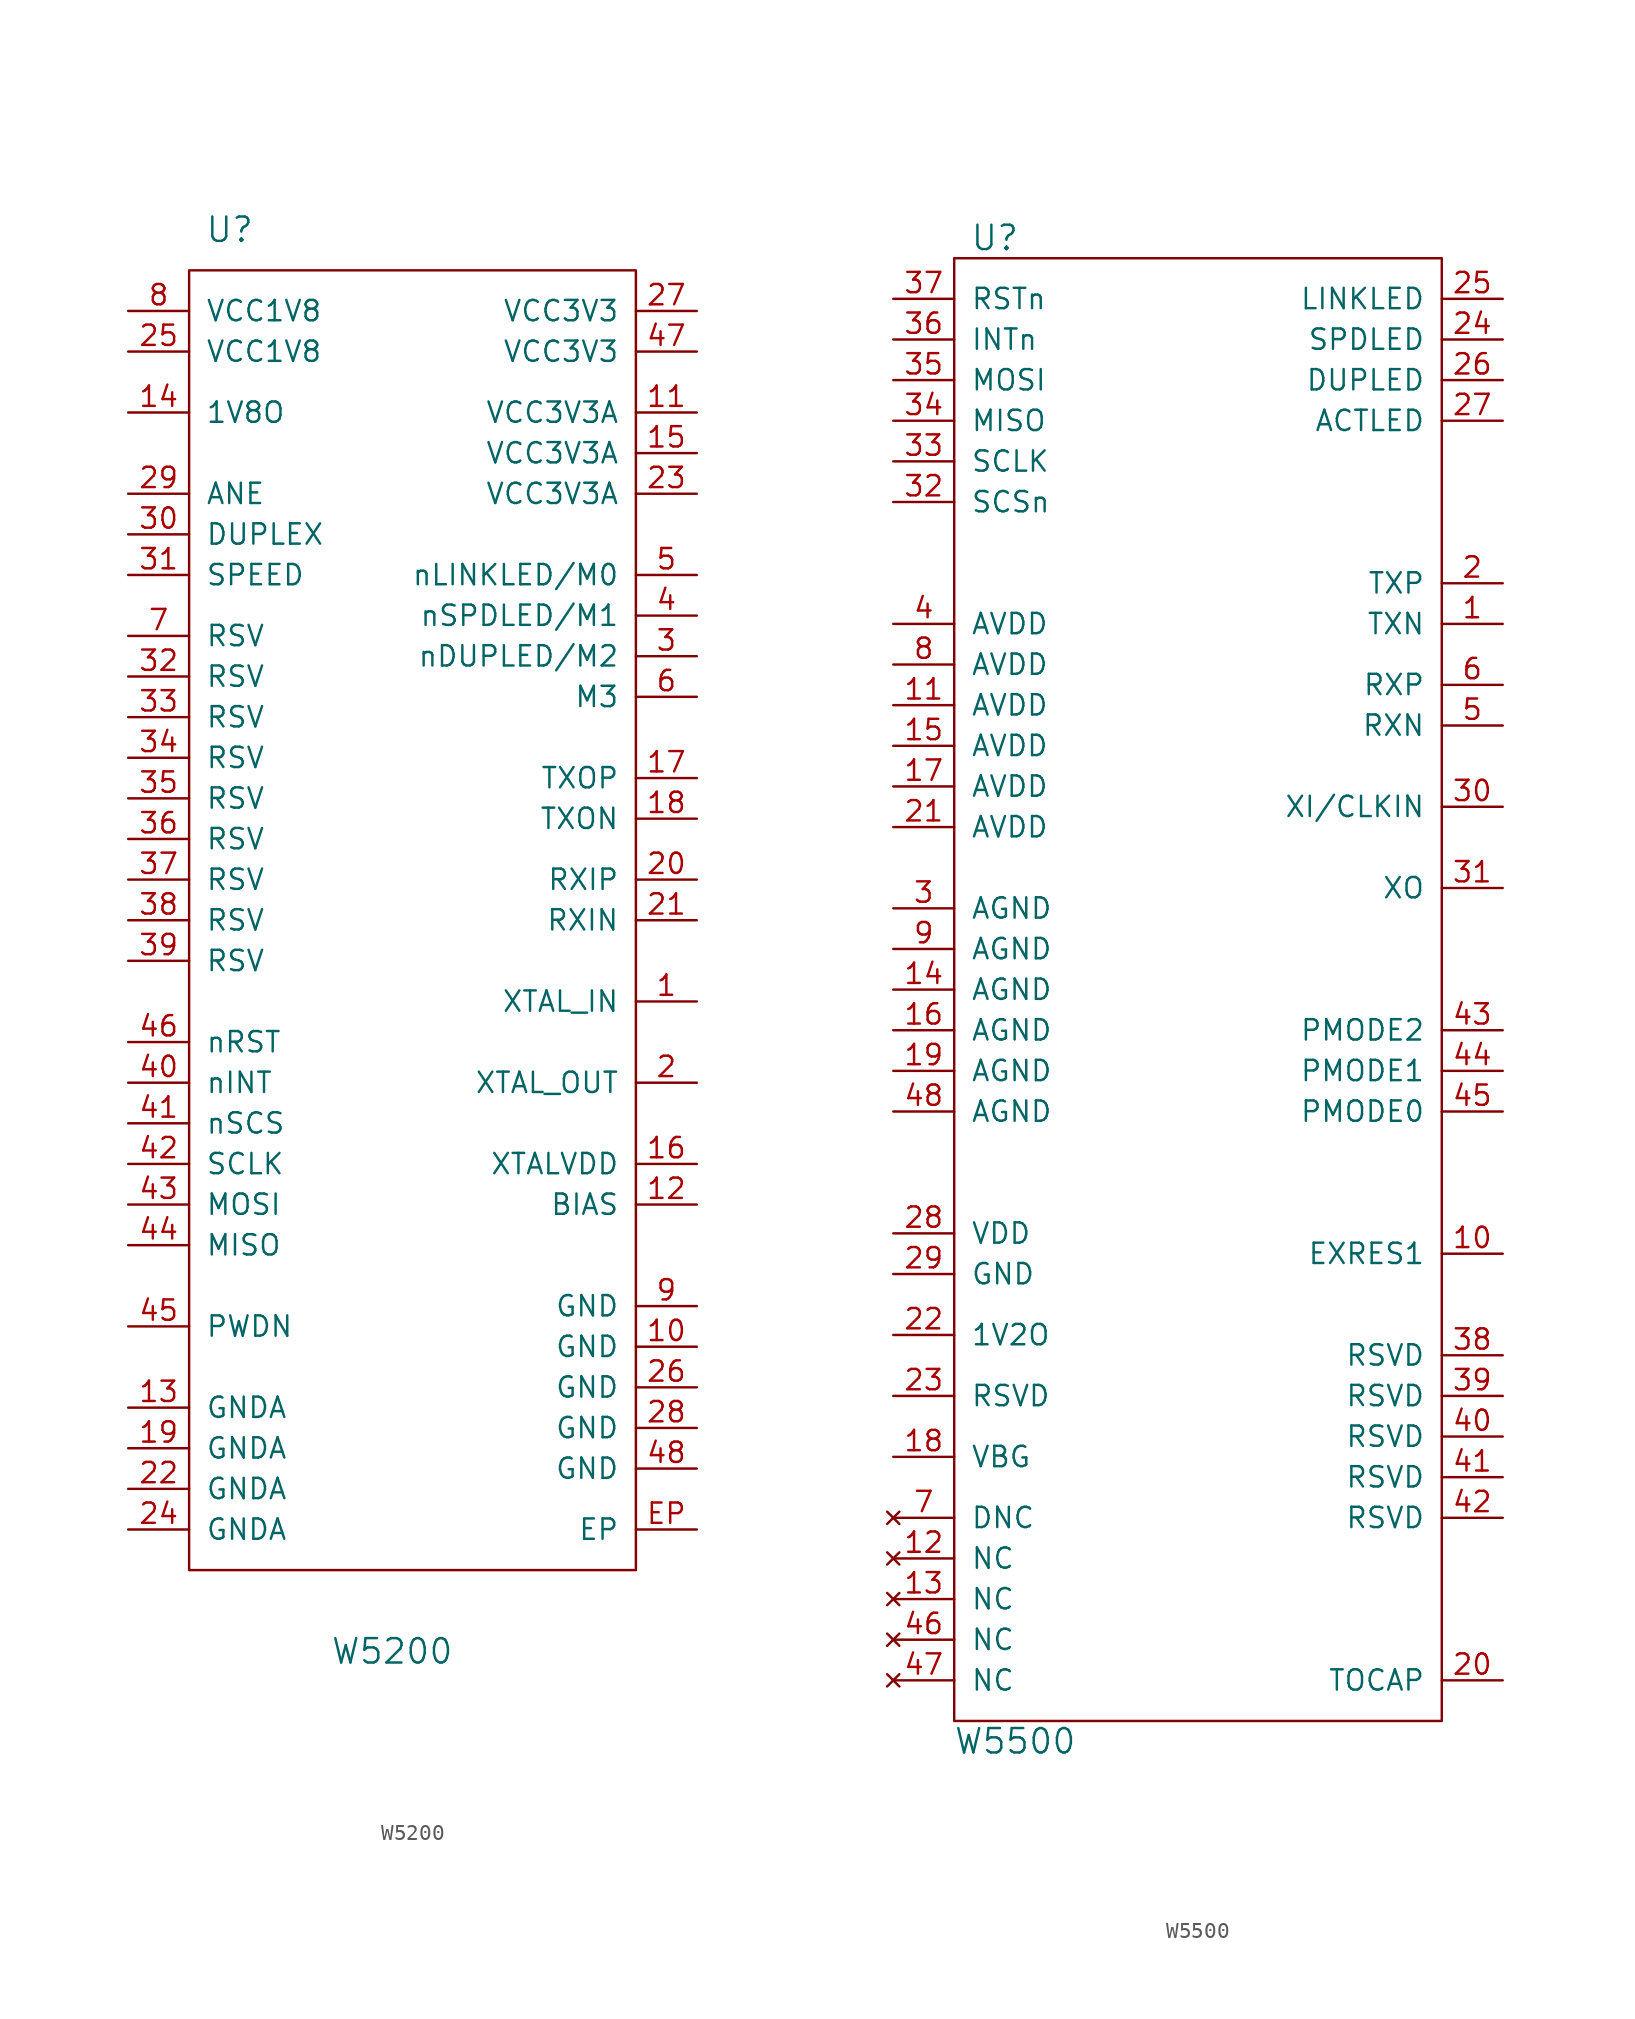
<source format=kicad_sym>
(kicad_symbol_lib
  (version 20211014)
  (generator kicad_symbol_editor)
  (symbol "W5200"
    (pin_names
      (offset 1.016))
    (property "Reference" "U"
      (at -11.43 43.18 0)
      (effects (font (size 1.524 1.524))))
    (property "Value" "W5200"
      (at -1.27 -45.72 0)
      (effects (font (size 1.524 1.524))))
    (property "Footprint" ""
      (at 0 0 0)
      (effects (font (size 1.524 1.524))))
    (property "Datasheet" ""
      (at 0 0 0)
      (effects (font (size 1.524 1.524))))
    (symbol "W5200_0_1"
      (rectangle (start -13.97 40.64) (end 13.97 -40.64) (stroke (width 0) (type default) (color 0 0 0 0)) (fill (type none))))
    (symbol "W5200_1_1"
      (pin passive line (at 17.78 -5.08 180) (length 3.81) (name "XTAL_IN" (effects (font (size 1.27 1.27)))) (number "1" (effects (font (size 1.27 1.27)))))
      (pin passive line (at 17.78 -26.67 180) (length 3.81) (name "GND" (effects (font (size 1.27 1.27)))) (number "10" (effects (font (size 1.27 1.27)))))
      (pin passive line (at 17.78 31.75 180) (length 3.81) (name "VCC3V3A" (effects (font (size 1.27 1.27)))) (number "11" (effects (font (size 1.27 1.27)))))
      (pin passive line (at 17.78 -17.78 180) (length 3.81) (name "BIAS" (effects (font (size 1.27 1.27)))) (number "12" (effects (font (size 1.27 1.27)))))
      (pin passive line (at -17.78 -30.48 0) (length 3.81) (name "GNDA" (effects (font (size 1.27 1.27)))) (number "13" (effects (font (size 1.27 1.27)))))
      (pin passive line (at -17.78 31.75 0) (length 3.81) (name "1V8O" (effects (font (size 1.27 1.27)))) (number "14" (effects (font (size 1.27 1.27)))))
      (pin passive line (at 17.78 29.21 180) (length 3.81) (name "VCC3V3A" (effects (font (size 1.27 1.27)))) (number "15" (effects (font (size 1.27 1.27)))))
      (pin passive line (at 17.78 -15.24 180) (length 3.81) (name "XTALVDD" (effects (font (size 1.27 1.27)))) (number "16" (effects (font (size 1.27 1.27)))))
      (pin passive line (at 17.78 8.89 180) (length 3.81) (name "TXOP" (effects (font (size 1.27 1.27)))) (number "17" (effects (font (size 1.27 1.27)))))
      (pin passive line (at 17.78 6.35 180) (length 3.81) (name "TXON" (effects (font (size 1.27 1.27)))) (number "18" (effects (font (size 1.27 1.27)))))
      (pin passive line (at -17.78 -33.02 0) (length 3.81) (name "GNDA" (effects (font (size 1.27 1.27)))) (number "19" (effects (font (size 1.27 1.27)))))
      (pin passive line (at 17.78 -10.16 180) (length 3.81) (name "XTAL_OUT" (effects (font (size 1.27 1.27)))) (number "2" (effects (font (size 1.27 1.27)))))
      (pin passive line (at 17.78 2.54 180) (length 3.81) (name "RXIP" (effects (font (size 1.27 1.27)))) (number "20" (effects (font (size 1.27 1.27)))))
      (pin passive line (at 17.78 0 180) (length 3.81) (name "RXIN" (effects (font (size 1.27 1.27)))) (number "21" (effects (font (size 1.27 1.27)))))
      (pin passive line (at -17.78 -35.56 0) (length 3.81) (name "GNDA" (effects (font (size 1.27 1.27)))) (number "22" (effects (font (size 1.27 1.27)))))
      (pin passive line (at 17.78 26.67 180) (length 3.81) (name "VCC3V3A" (effects (font (size 1.27 1.27)))) (number "23" (effects (font (size 1.27 1.27)))))
      (pin passive line (at -17.78 -38.1 0) (length 3.81) (name "GNDA" (effects (font (size 1.27 1.27)))) (number "24" (effects (font (size 1.27 1.27)))))
      (pin passive line (at -17.78 35.56 0) (length 3.81) (name "VCC1V8" (effects (font (size 1.27 1.27)))) (number "25" (effects (font (size 1.27 1.27)))))
      (pin passive line (at 17.78 -29.21 180) (length 3.81) (name "GND" (effects (font (size 1.27 1.27)))) (number "26" (effects (font (size 1.27 1.27)))))
      (pin passive line (at 17.78 38.1 180) (length 3.81) (name "VCC3V3" (effects (font (size 1.27 1.27)))) (number "27" (effects (font (size 1.27 1.27)))))
      (pin passive line (at 17.78 -31.75 180) (length 3.81) (name "GND" (effects (font (size 1.27 1.27)))) (number "28" (effects (font (size 1.27 1.27)))))
      (pin passive line (at -17.78 26.67 0) (length 3.81) (name "ANE" (effects (font (size 1.27 1.27)))) (number "29" (effects (font (size 1.27 1.27)))))
      (pin passive line (at 17.78 16.51 180) (length 3.81) (name "nDUPLED/M2" (effects (font (size 1.27 1.27)))) (number "3" (effects (font (size 1.27 1.27)))))
      (pin passive line (at -17.78 24.13 0) (length 3.81) (name "DUPLEX" (effects (font (size 1.27 1.27)))) (number "30" (effects (font (size 1.27 1.27)))))
      (pin passive line (at -17.78 21.59 0) (length 3.81) (name "SPEED" (effects (font (size 1.27 1.27)))) (number "31" (effects (font (size 1.27 1.27)))))
      (pin passive line (at -17.78 15.24 0) (length 3.81) (name "RSV" (effects (font (size 1.27 1.27)))) (number "32" (effects (font (size 1.27 1.27)))))
      (pin passive line (at -17.78 12.7 0) (length 3.81) (name "RSV" (effects (font (size 1.27 1.27)))) (number "33" (effects (font (size 1.27 1.27)))))
      (pin passive line (at -17.78 10.16 0) (length 3.81) (name "RSV" (effects (font (size 1.27 1.27)))) (number "34" (effects (font (size 1.27 1.27)))))
      (pin passive line (at -17.78 7.62 0) (length 3.81) (name "RSV" (effects (font (size 1.27 1.27)))) (number "35" (effects (font (size 1.27 1.27)))))
      (pin passive line (at -17.78 5.08 0) (length 3.81) (name "RSV" (effects (font (size 1.27 1.27)))) (number "36" (effects (font (size 1.27 1.27)))))
      (pin passive line (at -17.78 2.54 0) (length 3.81) (name "RSV" (effects (font (size 1.27 1.27)))) (number "37" (effects (font (size 1.27 1.27)))))
      (pin passive line (at -17.78 0 0) (length 3.81) (name "RSV" (effects (font (size 1.27 1.27)))) (number "38" (effects (font (size 1.27 1.27)))))
      (pin passive line (at -17.78 -2.54 0) (length 3.81) (name "RSV" (effects (font (size 1.27 1.27)))) (number "39" (effects (font (size 1.27 1.27)))))
      (pin passive line (at 17.78 19.05 180) (length 3.81) (name "nSPDLED/M1" (effects (font (size 1.27 1.27)))) (number "4" (effects (font (size 1.27 1.27)))))
      (pin passive line (at -17.78 -10.16 0) (length 3.81) (name "nINT" (effects (font (size 1.27 1.27)))) (number "40" (effects (font (size 1.27 1.27)))))
      (pin passive line (at -17.78 -12.7 0) (length 3.81) (name "nSCS" (effects (font (size 1.27 1.27)))) (number "41" (effects (font (size 1.27 1.27)))))
      (pin passive line (at -17.78 -15.24 0) (length 3.81) (name "SCLK" (effects (font (size 1.27 1.27)))) (number "42" (effects (font (size 1.27 1.27)))))
      (pin passive line (at -17.78 -17.78 0) (length 3.81) (name "MOSI" (effects (font (size 1.27 1.27)))) (number "43" (effects (font (size 1.27 1.27)))))
      (pin passive line (at -17.78 -20.32 0) (length 3.81) (name "MISO" (effects (font (size 1.27 1.27)))) (number "44" (effects (font (size 1.27 1.27)))))
      (pin passive line (at -17.78 -25.4 0) (length 3.81) (name "PWDN" (effects (font (size 1.27 1.27)))) (number "45" (effects (font (size 1.27 1.27)))))
      (pin passive line (at -17.78 -7.62 0) (length 3.81) (name "nRST" (effects (font (size 1.27 1.27)))) (number "46" (effects (font (size 1.27 1.27)))))
      (pin passive line (at 17.78 35.56 180) (length 3.81) (name "VCC3V3" (effects (font (size 1.27 1.27)))) (number "47" (effects (font (size 1.27 1.27)))))
      (pin passive line (at 17.78 -34.29 180) (length 3.81) (name "GND" (effects (font (size 1.27 1.27)))) (number "48" (effects (font (size 1.27 1.27)))))
      (pin passive line (at 17.78 21.59 180) (length 3.81) (name "nLINKLED/M0" (effects (font (size 1.27 1.27)))) (number "5" (effects (font (size 1.27 1.27)))))
      (pin passive line (at 17.78 13.97 180) (length 3.81) (name "M3" (effects (font (size 1.27 1.27)))) (number "6" (effects (font (size 1.27 1.27)))))
      (pin passive line (at -17.78 17.78 0) (length 3.81) (name "RSV" (effects (font (size 1.27 1.27)))) (number "7" (effects (font (size 1.27 1.27)))))
      (pin passive line (at -17.78 38.1 0) (length 3.81) (name "VCC1V8" (effects (font (size 1.27 1.27)))) (number "8" (effects (font (size 1.27 1.27)))))
      (pin passive line (at 17.78 -24.13 180) (length 3.81) (name "GND" (effects (font (size 1.27 1.27)))) (number "9" (effects (font (size 1.27 1.27)))))
      (pin passive line (at 17.78 -38.1 180) (length 3.81) (name "EP" (effects (font (size 1.27 1.27)))) (number "EP" (effects (font (size 1.27 1.27)))))))
  (symbol "W5500"
    (pin_names
      (offset 1.016))
    (property "Reference" "U"
      (at -12.7 46.99 0)
      (effects (font (size 1.524 1.524))))
    (property "Value" "W5500"
      (at -11.43 -46.99 0)
      (effects (font (size 1.524 1.524))))
    (property "Footprint" ""
      (at 0 -1.27 0)
      (effects (font (size 1.524 1.524))))
    (property "Datasheet" ""
      (at 0 -1.27 0)
      (effects (font (size 1.524 1.524))))
    (symbol "W5500_0_1"
      (rectangle (start -15.24 45.72) (end 15.24 -45.72) (stroke (width 0) (type default) (color 0 0 0 0)) (fill (type none))))
    (symbol "W5500_1_1"
      (pin passive line (at 19.05 22.86 180) (length 3.81) (name "TXN" (effects (font (size 1.27 1.27)))) (number "1" (effects (font (size 1.27 1.27)))))
      (pin passive line (at 19.05 -16.51 180) (length 3.81) (name "EXRES1" (effects (font (size 1.27 1.27)))) (number "10" (effects (font (size 1.27 1.27)))))
      (pin passive line (at -19.05 17.78 0) (length 3.81) (name "AVDD" (effects (font (size 1.27 1.27)))) (number "11" (effects (font (size 1.27 1.27)))))
      (pin no_connect line (at -19.05 -35.56 0) (length 3.81) (name "NC" (effects (font (size 1.27 1.27)))) (number "12" (effects (font (size 1.27 1.27)))))
      (pin no_connect line (at -19.05 -38.1 0) (length 3.81) (name "NC" (effects (font (size 1.27 1.27)))) (number "13" (effects (font (size 1.27 1.27)))))
      (pin passive line (at -19.05 0 0) (length 3.81) (name "AGND" (effects (font (size 1.27 1.27)))) (number "14" (effects (font (size 1.27 1.27)))))
      (pin passive line (at -19.05 15.24 0) (length 3.81) (name "AVDD" (effects (font (size 1.27 1.27)))) (number "15" (effects (font (size 1.27 1.27)))))
      (pin passive line (at -19.05 -2.54 0) (length 3.81) (name "AGND" (effects (font (size 1.27 1.27)))) (number "16" (effects (font (size 1.27 1.27)))))
      (pin passive line (at -19.05 12.7 0) (length 3.81) (name "AVDD" (effects (font (size 1.27 1.27)))) (number "17" (effects (font (size 1.27 1.27)))))
      (pin passive line (at -19.05 -29.21 0) (length 3.81) (name "VBG" (effects (font (size 1.27 1.27)))) (number "18" (effects (font (size 1.27 1.27)))))
      (pin passive line (at -19.05 -5.08 0) (length 3.81) (name "AGND" (effects (font (size 1.27 1.27)))) (number "19" (effects (font (size 1.27 1.27)))))
      (pin passive line (at 19.05 25.4 180) (length 3.81) (name "TXP" (effects (font (size 1.27 1.27)))) (number "2" (effects (font (size 1.27 1.27)))))
      (pin passive line (at 19.05 -43.18 180) (length 3.81) (name "TOCAP" (effects (font (size 1.27 1.27)))) (number "20" (effects (font (size 1.27 1.27)))))
      (pin passive line (at -19.05 10.16 0) (length 3.81) (name "AVDD" (effects (font (size 1.27 1.27)))) (number "21" (effects (font (size 1.27 1.27)))))
      (pin passive line (at -19.05 -21.59 0) (length 3.81) (name "1V2O" (effects (font (size 1.27 1.27)))) (number "22" (effects (font (size 1.27 1.27)))))
      (pin passive line (at -19.05 -25.4 0) (length 3.81) (name "RSVD" (effects (font (size 1.27 1.27)))) (number "23" (effects (font (size 1.27 1.27)))))
      (pin passive line (at 19.05 40.64 180) (length 3.81) (name "SPDLED" (effects (font (size 1.27 1.27)))) (number "24" (effects (font (size 1.27 1.27)))))
      (pin passive line (at 19.05 43.18 180) (length 3.81) (name "LINKLED" (effects (font (size 1.27 1.27)))) (number "25" (effects (font (size 1.27 1.27)))))
      (pin passive line (at 19.05 38.1 180) (length 3.81) (name "DUPLED" (effects (font (size 1.27 1.27)))) (number "26" (effects (font (size 1.27 1.27)))))
      (pin passive line (at 19.05 35.56 180) (length 3.81) (name "ACTLED" (effects (font (size 1.27 1.27)))) (number "27" (effects (font (size 1.27 1.27)))))
      (pin passive line (at -19.05 -15.24 0) (length 3.81) (name "VDD" (effects (font (size 1.27 1.27)))) (number "28" (effects (font (size 1.27 1.27)))))
      (pin passive line (at -19.05 -17.78 0) (length 3.81) (name "GND" (effects (font (size 1.27 1.27)))) (number "29" (effects (font (size 1.27 1.27)))))
      (pin passive line (at -19.05 5.08 0) (length 3.81) (name "AGND" (effects (font (size 1.27 1.27)))) (number "3" (effects (font (size 1.27 1.27)))))
      (pin passive line (at 19.05 11.43 180) (length 3.81) (name "XI/CLKIN" (effects (font (size 1.27 1.27)))) (number "30" (effects (font (size 1.27 1.27)))))
      (pin passive line (at 19.05 6.35 180) (length 3.81) (name "XO" (effects (font (size 1.27 1.27)))) (number "31" (effects (font (size 1.27 1.27)))))
      (pin passive line (at -19.05 30.48 0) (length 3.81) (name "SCSn" (effects (font (size 1.27 1.27)))) (number "32" (effects (font (size 1.27 1.27)))))
      (pin passive line (at -19.05 33.02 0) (length 3.81) (name "SCLK" (effects (font (size 1.27 1.27)))) (number "33" (effects (font (size 1.27 1.27)))))
      (pin passive line (at -19.05 35.56 0) (length 3.81) (name "MISO" (effects (font (size 1.27 1.27)))) (number "34" (effects (font (size 1.27 1.27)))))
      (pin passive line (at -19.05 38.1 0) (length 3.81) (name "MOSI" (effects (font (size 1.27 1.27)))) (number "35" (effects (font (size 1.27 1.27)))))
      (pin passive line (at -19.05 40.64 0) (length 3.81) (name "INTn" (effects (font (size 1.27 1.27)))) (number "36" (effects (font (size 1.27 1.27)))))
      (pin passive line (at -19.05 43.18 0) (length 3.81) (name "RSTn" (effects (font (size 1.27 1.27)))) (number "37" (effects (font (size 1.27 1.27)))))
      (pin passive line (at 19.05 -22.86 180) (length 3.81) (name "RSVD" (effects (font (size 1.27 1.27)))) (number "38" (effects (font (size 1.27 1.27)))))
      (pin passive line (at 19.05 -25.4 180) (length 3.81) (name "RSVD" (effects (font (size 1.27 1.27)))) (number "39" (effects (font (size 1.27 1.27)))))
      (pin passive line (at -19.05 22.86 0) (length 3.81) (name "AVDD" (effects (font (size 1.27 1.27)))) (number "4" (effects (font (size 1.27 1.27)))))
      (pin passive line (at 19.05 -27.94 180) (length 3.81) (name "RSVD" (effects (font (size 1.27 1.27)))) (number "40" (effects (font (size 1.27 1.27)))))
      (pin passive line (at 19.05 -30.48 180) (length 3.81) (name "RSVD" (effects (font (size 1.27 1.27)))) (number "41" (effects (font (size 1.27 1.27)))))
      (pin passive line (at 19.05 -33.02 180) (length 3.81) (name "RSVD" (effects (font (size 1.27 1.27)))) (number "42" (effects (font (size 1.27 1.27)))))
      (pin passive line (at 19.05 -2.54 180) (length 3.81) (name "PMODE2" (effects (font (size 1.27 1.27)))) (number "43" (effects (font (size 1.27 1.27)))))
      (pin passive line (at 19.05 -5.08 180) (length 3.81) (name "PMODE1" (effects (font (size 1.27 1.27)))) (number "44" (effects (font (size 1.27 1.27)))))
      (pin passive line (at 19.05 -7.62 180) (length 3.81) (name "PMODE0" (effects (font (size 1.27 1.27)))) (number "45" (effects (font (size 1.27 1.27)))))
      (pin no_connect line (at -19.05 -40.64 0) (length 3.81) (name "NC" (effects (font (size 1.27 1.27)))) (number "46" (effects (font (size 1.27 1.27)))))
      (pin no_connect line (at -19.05 -43.18 0) (length 3.81) (name "NC" (effects (font (size 1.27 1.27)))) (number "47" (effects (font (size 1.27 1.27)))))
      (pin passive line (at -19.05 -7.62 0) (length 3.81) (name "AGND" (effects (font (size 1.27 1.27)))) (number "48" (effects (font (size 1.27 1.27)))))
      (pin passive line (at 19.05 16.51 180) (length 3.81) (name "RXN" (effects (font (size 1.27 1.27)))) (number "5" (effects (font (size 1.27 1.27)))))
      (pin passive line (at 19.05 19.05 180) (length 3.81) (name "RXP" (effects (font (size 1.27 1.27)))) (number "6" (effects (font (size 1.27 1.27)))))
      (pin no_connect line (at -19.05 -33.02 0) (length 3.81) (name "DNC" (effects (font (size 1.27 1.27)))) (number "7" (effects (font (size 1.27 1.27)))))
      (pin passive line (at -19.05 20.32 0) (length 3.81) (name "AVDD" (effects (font (size 1.27 1.27)))) (number "8" (effects (font (size 1.27 1.27)))))
      (pin passive line (at -19.05 2.54 0) (length 3.81) (name "AGND" (effects (font (size 1.27 1.27)))) (number "9" (effects (font (size 1.27 1.27))))))))
</source>
